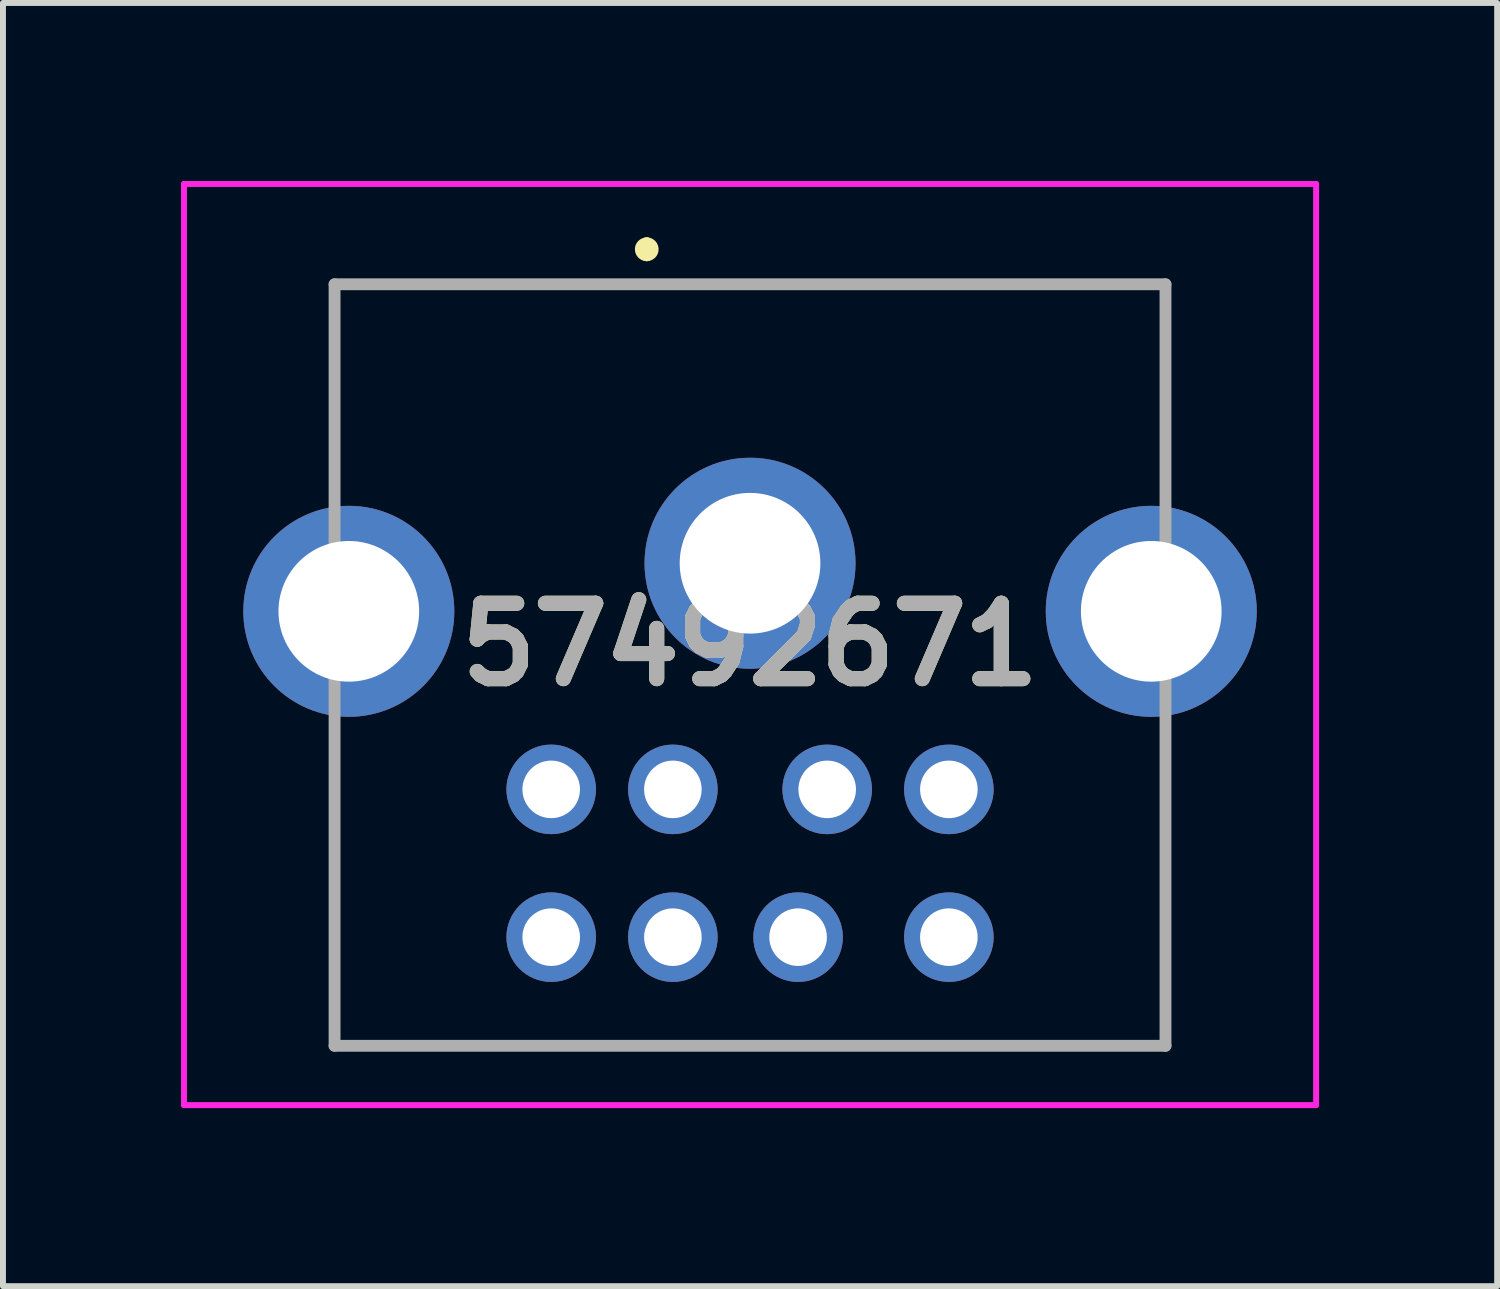
<source format=kicad_pcb>
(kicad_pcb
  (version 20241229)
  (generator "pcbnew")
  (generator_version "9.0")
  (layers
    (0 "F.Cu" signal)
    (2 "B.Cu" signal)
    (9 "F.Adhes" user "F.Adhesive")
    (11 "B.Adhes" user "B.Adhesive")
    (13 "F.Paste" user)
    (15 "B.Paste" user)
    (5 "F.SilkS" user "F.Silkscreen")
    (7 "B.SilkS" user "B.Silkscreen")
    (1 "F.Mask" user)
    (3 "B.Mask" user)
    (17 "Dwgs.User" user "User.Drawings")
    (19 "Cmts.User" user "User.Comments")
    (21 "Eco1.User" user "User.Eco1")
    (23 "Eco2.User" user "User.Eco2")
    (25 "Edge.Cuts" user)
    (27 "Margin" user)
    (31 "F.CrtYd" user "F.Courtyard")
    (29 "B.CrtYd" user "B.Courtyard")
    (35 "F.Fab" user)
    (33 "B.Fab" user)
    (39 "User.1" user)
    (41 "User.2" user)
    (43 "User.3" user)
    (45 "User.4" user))
  (footprint "57492671"
    (layer "F.Cu")
    (at 9.587 10.25)
    (property "Reference" "57492671" (at 0 -2.44 0) (layer "F.SilkS") (effects (font (size 1.27 1.27) (thickness 0.254))))
    (attr through_hole)
    (fp_line (start -7 4.32) (end -7 -0.51) (stroke (width 0.1) (type solid)) (layer "F.SilkS"))
    (fp_line (start -1.74 -9.2) (end -1.74 -9.2) (stroke (width 0.2) (type solid)) (layer "F.SilkS"))
    (fp_line (start -1.74 -9) (end -1.74 -9) (stroke (width 0.2) (type solid)) (layer "F.SilkS"))
    (fp_line (start 7 -8.51) (end -7 -8.51) (stroke (width 0.1) (type solid)) (layer "F.SilkS"))
    (fp_line (start 7 -0.51) (end 7 4.32) (stroke (width 0.1) (type solid)) (layer "F.SilkS"))
    (fp_line (start 7 4.32) (end -7 4.32) (stroke (width 0.1) (type solid)) (layer "F.SilkS"))
    (fp_arc (start -1.74 -9.2) (mid -1.64 -9.1) (end -1.74 -9) (stroke (width 0.2) (type solid)) (layer "F.SilkS"))
    (fp_arc (start -1.74 -9) (mid -1.84 -9.1) (end -1.74 -9.2) (stroke (width 0.2) (type solid)) (layer "F.SilkS"))
    (fp_line (start -9.537 -10.2) (end 9.538 -10.2) (stroke (width 0.1) (type solid)) (layer "F.CrtYd"))
    (fp_line (start -9.537 5.32) (end -9.537 -10.2) (stroke (width 0.1) (type solid)) (layer "F.CrtYd"))
    (fp_line (start 9.538 -10.2) (end 9.538 5.32) (stroke (width 0.1) (type solid)) (layer "F.CrtYd"))
    (fp_line (start 9.538 5.32) (end -9.537 5.32) (stroke (width 0.1) (type solid)) (layer "F.CrtYd"))
    (fp_line (start -7 -8.51) (end -7 4.32) (stroke (width 0.2) (type solid)) (layer "F.Fab"))
    (fp_line (start -7 4.32) (end 7 4.32) (stroke (width 0.2) (type solid)) (layer "F.Fab"))
    (fp_line (start 7 -8.51) (end -7 -8.51) (stroke (width 0.2) (type solid)) (layer "F.Fab"))
    (fp_line (start 7 4.32) (end 7 -8.51) (stroke (width 0.2) (type solid)) (layer "F.Fab"))
    (fp_text user "${REFERENCE}" (at 0 -2.44 0) (layer "F.Fab") (effects (font (size 1.27 1.27) (thickness 0.254))))
    (pad "1" thru_hole circle (at -1.3 0) (size 1.509 1.509) (drill 0.97) (layers "*.Cu" "*.Mask"))
    (pad "2" thru_hole circle (at 1.3 0) (size 1.509 1.509) (drill 0.97) (layers "*.Cu" "*.Mask"))
    (pad "3" thru_hole circle (at -3.35 0) (size 1.509 1.509) (drill 0.97) (layers "*.Cu" "*.Mask"))
    (pad "4" thru_hole circle (at -1.3 2.49) (size 1.509 1.509) (drill 0.97) (layers "*.Cu" "*.Mask"))
    (pad "5" thru_hole circle (at 3.35 0) (size 1.509 1.509) (drill 0.97) (layers "*.Cu" "*.Mask"))
    (pad "6" thru_hole circle (at -3.35 2.49) (size 1.509 1.509) (drill 0.97) (layers "*.Cu" "*.Mask"))
    (pad "7" thru_hole circle (at 0.81 2.49) (size 1.509 1.509) (drill 0.97) (layers "*.Cu" "*.Mask"))
    (pad "8" thru_hole circle (at 3.35 2.49) (size 1.509 1.509) (drill 0.97) (layers "*.Cu" "*.Mask"))
    (pad "MH1" thru_hole circle (at 6.76 -3) (size 3.555 3.555) (drill 2.37) (layers "*.Cu" "*.Mask"))
    (pad "MH2" thru_hole circle (at 0 -3.81) (size 3.555 3.555) (drill 2.37) (layers "*.Cu" "*.Mask"))
    (pad "MH3" thru_hole circle (at -6.76 -3) (size 3.555 3.555) (drill 2.37) (layers "*.Cu" "*.Mask")))
  (gr_rect
    (start -3 -3)
    (end 22.175 18.62)
    (stroke (width 0.1) (type default))
    (fill no)
    (layer "Edge.Cuts")))
</source>
